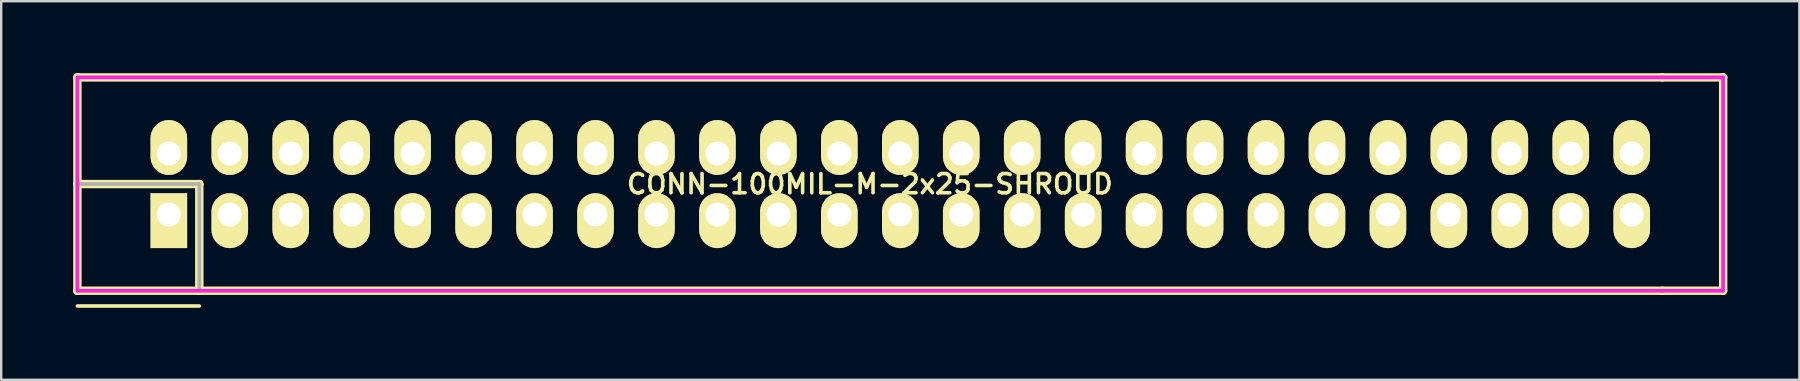
<source format=kicad_pcb>
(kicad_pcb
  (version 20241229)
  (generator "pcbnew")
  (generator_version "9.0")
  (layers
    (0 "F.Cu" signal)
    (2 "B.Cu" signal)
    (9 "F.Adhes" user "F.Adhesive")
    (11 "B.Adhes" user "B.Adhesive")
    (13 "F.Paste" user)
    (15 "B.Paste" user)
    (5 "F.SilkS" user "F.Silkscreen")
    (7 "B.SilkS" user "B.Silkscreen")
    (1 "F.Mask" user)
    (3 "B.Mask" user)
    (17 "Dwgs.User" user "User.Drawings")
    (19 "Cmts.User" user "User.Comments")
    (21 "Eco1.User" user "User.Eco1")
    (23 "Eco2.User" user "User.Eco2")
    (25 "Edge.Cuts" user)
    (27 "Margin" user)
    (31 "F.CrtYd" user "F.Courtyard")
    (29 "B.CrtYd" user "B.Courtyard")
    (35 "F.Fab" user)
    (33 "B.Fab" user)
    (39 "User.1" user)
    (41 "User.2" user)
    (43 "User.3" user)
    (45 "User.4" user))
  (footprint "CONN-100MIL-M-2x25-SHROUD"
    (layer "F.Cu")
    (at 33.195 4.62)
    (property "Reference" "CONN-100MIL-M-2x25-SHROUD" (at 0 0 0) (layer "F.SilkS") (effects (font (size 0.8 0.8) (thickness 0.15))))
    (attr through_hole)
    (fp_line (start -33.02 -4.445) (end 33.02 -4.445) (stroke (width 0.35) (type solid)) (layer "F.SilkS"))
    (fp_line (start -33.02 0) (end -27.94 0) (stroke (width 0.35) (type solid)) (layer "F.SilkS"))
    (fp_line (start -33.02 4.445) (end -33.02 -4.445) (stroke (width 0.35) (type solid)) (layer "F.SilkS"))
    (fp_line (start -33.02 5.08) (end -27.94 5.08) (stroke (width 0.15) (type solid)) (layer "F.SilkS"))
    (fp_line (start -27.94 0) (end -27.94 4.445) (stroke (width 0.35) (type solid)) (layer "F.SilkS"))
    (fp_line (start 33.02 -4.445) (end 35.56 -4.445) (stroke (width 0.35) (type solid)) (layer "F.SilkS"))
    (fp_line (start 33.02 4.445) (end -33.02 4.445) (stroke (width 0.35) (type solid)) (layer "F.SilkS"))
    (fp_line (start 33.02 4.445) (end 35.56 4.445) (stroke (width 0.35) (type solid)) (layer "F.SilkS"))
    (fp_line (start 35.56 -4.445) (end 35.56 4.445) (stroke (width 0.35) (type solid)) (layer "F.SilkS"))
    (fp_line (start -33.02 -4.445) (end 33.02 -4.445) (stroke (width 0.15) (type solid)) (layer "F.CrtYd"))
    (fp_line (start -33.02 4.445) (end -33.02 -4.445) (stroke (width 0.15) (type solid)) (layer "F.CrtYd"))
    (fp_line (start 33.02 -4.445) (end 35.56 -4.445) (stroke (width 0.15) (type solid)) (layer "F.CrtYd"))
    (fp_line (start 33.02 4.445) (end -33.02 4.445) (stroke (width 0.15) (type solid)) (layer "F.CrtYd"))
    (fp_line (start 33.02 4.445) (end 35.56 4.445) (stroke (width 0.15) (type solid)) (layer "F.CrtYd"))
    (fp_line (start 35.56 -4.445) (end 35.56 4.445) (stroke (width 0.15) (type solid)) (layer "F.CrtYd"))
    (fp_line (start -33.02 -4.445) (end 33.02 -4.445) (stroke (width 0.15) (type solid)) (layer "F.Fab"))
    (fp_line (start -33.02 0) (end -27.94 0) (stroke (width 0.15) (type solid)) (layer "F.Fab"))
    (fp_line (start -33.02 4.445) (end -33.02 -4.445) (stroke (width 0.15) (type solid)) (layer "F.Fab"))
    (fp_line (start -27.94 0) (end -27.94 4.445) (stroke (width 0.15) (type solid)) (layer "F.Fab"))
    (fp_line (start 33.02 -4.445) (end 35.56 -4.445) (stroke (width 0.15) (type solid)) (layer "F.Fab"))
    (fp_line (start 33.02 4.445) (end -33.02 4.445) (stroke (width 0.15) (type solid)) (layer "F.Fab"))
    (fp_line (start 33.02 4.445) (end 35.56 4.445) (stroke (width 0.15) (type solid)) (layer "F.Fab"))
    (fp_line (start 35.56 -4.445) (end 35.56 4.445) (stroke (width 0.15) (type solid)) (layer "F.Fab"))
    (pad "1" thru_hole rect (at -29.21 1.27) (size 1.524 2.286) (drill 1 (offset 0 0.254)) (layers "*.Cu" "*.Mask" "F.SilkS"))
    (pad "2" thru_hole oval (at -29.21 -1.27) (size 1.524 2.286) (drill 1 (offset 0 -0.254)) (layers "*.Cu" "*.Mask" "F.SilkS"))
    (pad "3" thru_hole oval (at -26.67 1.27) (size 1.524 2.286) (drill 1 (offset 0 0.254)) (layers "*.Cu" "*.Mask" "F.SilkS"))
    (pad "4" thru_hole oval (at -26.67 -1.27) (size 1.524 2.286) (drill 1 (offset 0 -0.254)) (layers "*.Cu" "*.Mask" "F.SilkS"))
    (pad "5" thru_hole oval (at -24.13 1.27) (size 1.524 2.286) (drill 1 (offset 0 0.254)) (layers "*.Cu" "*.Mask" "F.SilkS"))
    (pad "6" thru_hole oval (at -24.13 -1.27) (size 1.524 2.286) (drill 1 (offset 0 -0.254)) (layers "*.Cu" "*.Mask" "F.SilkS"))
    (pad "7" thru_hole oval (at -21.59 1.27) (size 1.524 2.286) (drill 1 (offset 0 0.254)) (layers "*.Cu" "*.Mask" "F.SilkS"))
    (pad "8" thru_hole oval (at -21.59 -1.27) (size 1.524 2.286) (drill 1 (offset 0 -0.254)) (layers "*.Cu" "*.Mask" "F.SilkS"))
    (pad "9" thru_hole oval (at -19.05 1.27) (size 1.524 2.286) (drill 1 (offset 0 0.254)) (layers "*.Cu" "*.Mask" "F.SilkS"))
    (pad "10" thru_hole oval (at -19.05 -1.27) (size 1.524 2.286) (drill 1 (offset 0 -0.254)) (layers "*.Cu" "*.Mask" "F.SilkS"))
    (pad "11" thru_hole oval (at -16.51 1.27) (size 1.524 2.286) (drill 1 (offset 0 0.254)) (layers "*.Cu" "*.Mask" "F.SilkS"))
    (pad "12" thru_hole oval (at -16.51 -1.27) (size 1.524 2.286) (drill 1 (offset 0 -0.254)) (layers "*.Cu" "*.Mask" "F.SilkS"))
    (pad "13" thru_hole oval (at -13.97 1.27) (size 1.524 2.286) (drill 1 (offset 0 0.254)) (layers "*.Cu" "*.Mask" "F.SilkS"))
    (pad "14" thru_hole oval (at -13.97 -1.27) (size 1.524 2.286) (drill 1 (offset 0 -0.254)) (layers "*.Cu" "*.Mask" "F.SilkS"))
    (pad "15" thru_hole oval (at -11.43 1.27) (size 1.524 2.286) (drill 1 (offset 0 0.254)) (layers "*.Cu" "*.Mask" "F.SilkS"))
    (pad "16" thru_hole oval (at -11.43 -1.27) (size 1.524 2.286) (drill 1 (offset 0 -0.254)) (layers "*.Cu" "*.Mask" "F.SilkS"))
    (pad "17" thru_hole oval (at -8.89 1.27) (size 1.524 2.286) (drill 1 (offset 0 0.254)) (layers "*.Cu" "*.Mask" "F.SilkS"))
    (pad "18" thru_hole oval (at -8.89 -1.27) (size 1.524 2.286) (drill 1 (offset 0 -0.254)) (layers "*.Cu" "*.Mask" "F.SilkS"))
    (pad "19" thru_hole oval (at -6.35 1.27) (size 1.524 2.286) (drill 1 (offset 0 0.254)) (layers "*.Cu" "*.Mask" "F.SilkS"))
    (pad "20" thru_hole oval (at -6.35 -1.27) (size 1.524 2.286) (drill 1 (offset 0 -0.254)) (layers "*.Cu" "*.Mask" "F.SilkS"))
    (pad "21" thru_hole oval (at -3.81 1.27) (size 1.524 2.286) (drill 1 (offset 0 0.254)) (layers "*.Cu" "*.Mask" "F.SilkS"))
    (pad "22" thru_hole oval (at -3.81 -1.27) (size 1.524 2.286) (drill 1 (offset 0 -0.254)) (layers "*.Cu" "*.Mask" "F.SilkS"))
    (pad "23" thru_hole oval (at -1.27 1.27) (size 1.524 2.286) (drill 1 (offset 0 0.254)) (layers "*.Cu" "*.Mask" "F.SilkS"))
    (pad "24" thru_hole oval (at -1.27 -1.27) (size 1.524 2.286) (drill 1 (offset 0 -0.254)) (layers "*.Cu" "*.Mask" "F.SilkS"))
    (pad "25" thru_hole oval (at 1.27 1.27) (size 1.524 2.286) (drill 1 (offset 0 0.254)) (layers "*.Cu" "*.Mask" "F.SilkS"))
    (pad "26" thru_hole oval (at 1.27 -1.27) (size 1.524 2.286) (drill 1 (offset 0 -0.254)) (layers "*.Cu" "*.Mask" "F.SilkS"))
    (pad "27" thru_hole oval (at 3.81 1.27) (size 1.524 2.286) (drill 1 (offset 0 0.254)) (layers "*.Cu" "*.Mask" "F.SilkS"))
    (pad "28" thru_hole oval (at 3.81 -1.27) (size 1.524 2.286) (drill 1 (offset 0 -0.254)) (layers "*.Cu" "*.Mask" "F.SilkS"))
    (pad "29" thru_hole oval (at 6.35 1.27) (size 1.524 2.286) (drill 1 (offset 0 0.254)) (layers "*.Cu" "*.Mask" "F.SilkS"))
    (pad "30" thru_hole oval (at 6.35 -1.27) (size 1.524 2.286) (drill 1 (offset 0 -0.254)) (layers "*.Cu" "*.Mask" "F.SilkS"))
    (pad "31" thru_hole oval (at 8.89 1.27) (size 1.524 2.286) (drill 1 (offset 0 0.254)) (layers "*.Cu" "*.Mask" "F.SilkS"))
    (pad "32" thru_hole oval (at 8.89 -1.27) (size 1.524 2.286) (drill 1 (offset 0 -0.254)) (layers "*.Cu" "*.Mask" "F.SilkS"))
    (pad "33" thru_hole oval (at 11.43 1.27) (size 1.524 2.286) (drill 1 (offset 0 0.254)) (layers "*.Cu" "*.Mask" "F.SilkS"))
    (pad "34" thru_hole oval (at 11.43 -1.27) (size 1.524 2.286) (drill 1 (offset 0 -0.254)) (layers "*.Cu" "*.Mask" "F.SilkS"))
    (pad "35" thru_hole oval (at 13.97 1.27) (size 1.524 2.286) (drill 1 (offset 0 0.254)) (layers "*.Cu" "*.Mask" "F.SilkS"))
    (pad "36" thru_hole oval (at 13.97 -1.27) (size 1.524 2.286) (drill 1 (offset 0 -0.254)) (layers "*.Cu" "*.Mask" "F.SilkS"))
    (pad "37" thru_hole oval (at 16.51 1.27) (size 1.524 2.286) (drill 1 (offset 0 0.254)) (layers "*.Cu" "*.Mask" "F.SilkS"))
    (pad "38" thru_hole oval (at 16.51 -1.27) (size 1.524 2.286) (drill 1 (offset 0 -0.254)) (layers "*.Cu" "*.Mask" "F.SilkS"))
    (pad "39" thru_hole oval (at 19.05 1.27) (size 1.524 2.286) (drill 1 (offset 0 0.254)) (layers "*.Cu" "*.Mask" "F.SilkS"))
    (pad "40" thru_hole oval (at 19.05 -1.27) (size 1.524 2.286) (drill 1 (offset 0 -0.254)) (layers "*.Cu" "*.Mask" "F.SilkS"))
    (pad "41" thru_hole oval (at 21.59 1.27) (size 1.524 2.286) (drill 1 (offset 0 0.254)) (layers "*.Cu" "*.Mask" "F.SilkS"))
    (pad "42" thru_hole oval (at 21.59 -1.27) (size 1.524 2.286) (drill 1 (offset 0 -0.254)) (layers "*.Cu" "*.Mask" "F.SilkS"))
    (pad "43" thru_hole oval (at 24.13 1.27) (size 1.524 2.286) (drill 1 (offset 0 0.254)) (layers "*.Cu" "*.Mask" "F.SilkS"))
    (pad "44" thru_hole oval (at 24.13 -1.27) (size 1.524 2.286) (drill 1 (offset 0 -0.254)) (layers "*.Cu" "*.Mask" "F.SilkS"))
    (pad "45" thru_hole oval (at 26.67 1.27) (size 1.524 2.286) (drill 1 (offset 0 0.254)) (layers "*.Cu" "*.Mask" "F.SilkS"))
    (pad "46" thru_hole oval (at 26.67 -1.27) (size 1.524 2.286) (drill 1 (offset 0 -0.254)) (layers "*.Cu" "*.Mask" "F.SilkS"))
    (pad "47" thru_hole oval (at 29.21 1.27) (size 1.524 2.286) (drill 1 (offset 0 0.254)) (layers "*.Cu" "*.Mask" "F.SilkS"))
    (pad "48" thru_hole oval (at 29.21 -1.27) (size 1.524 2.286) (drill 1 (offset 0 -0.254)) (layers "*.Cu" "*.Mask" "F.SilkS"))
    (pad "49" thru_hole oval (at 31.75 1.27) (size 1.524 2.286) (drill 1 (offset 0 0.254)) (layers "*.Cu" "*.Mask" "F.SilkS"))
    (pad "50" thru_hole oval (at 31.75 -1.27) (size 1.524 2.286) (drill 1 (offset 0 -0.254)) (layers "*.Cu" "*.Mask" "F.SilkS")))
  (gr_rect
    (start -3 -3)
    (end 71.93 12.775)
    (stroke (width 0.1) (type default))
    (fill no)
    (layer "Edge.Cuts")))
</source>
